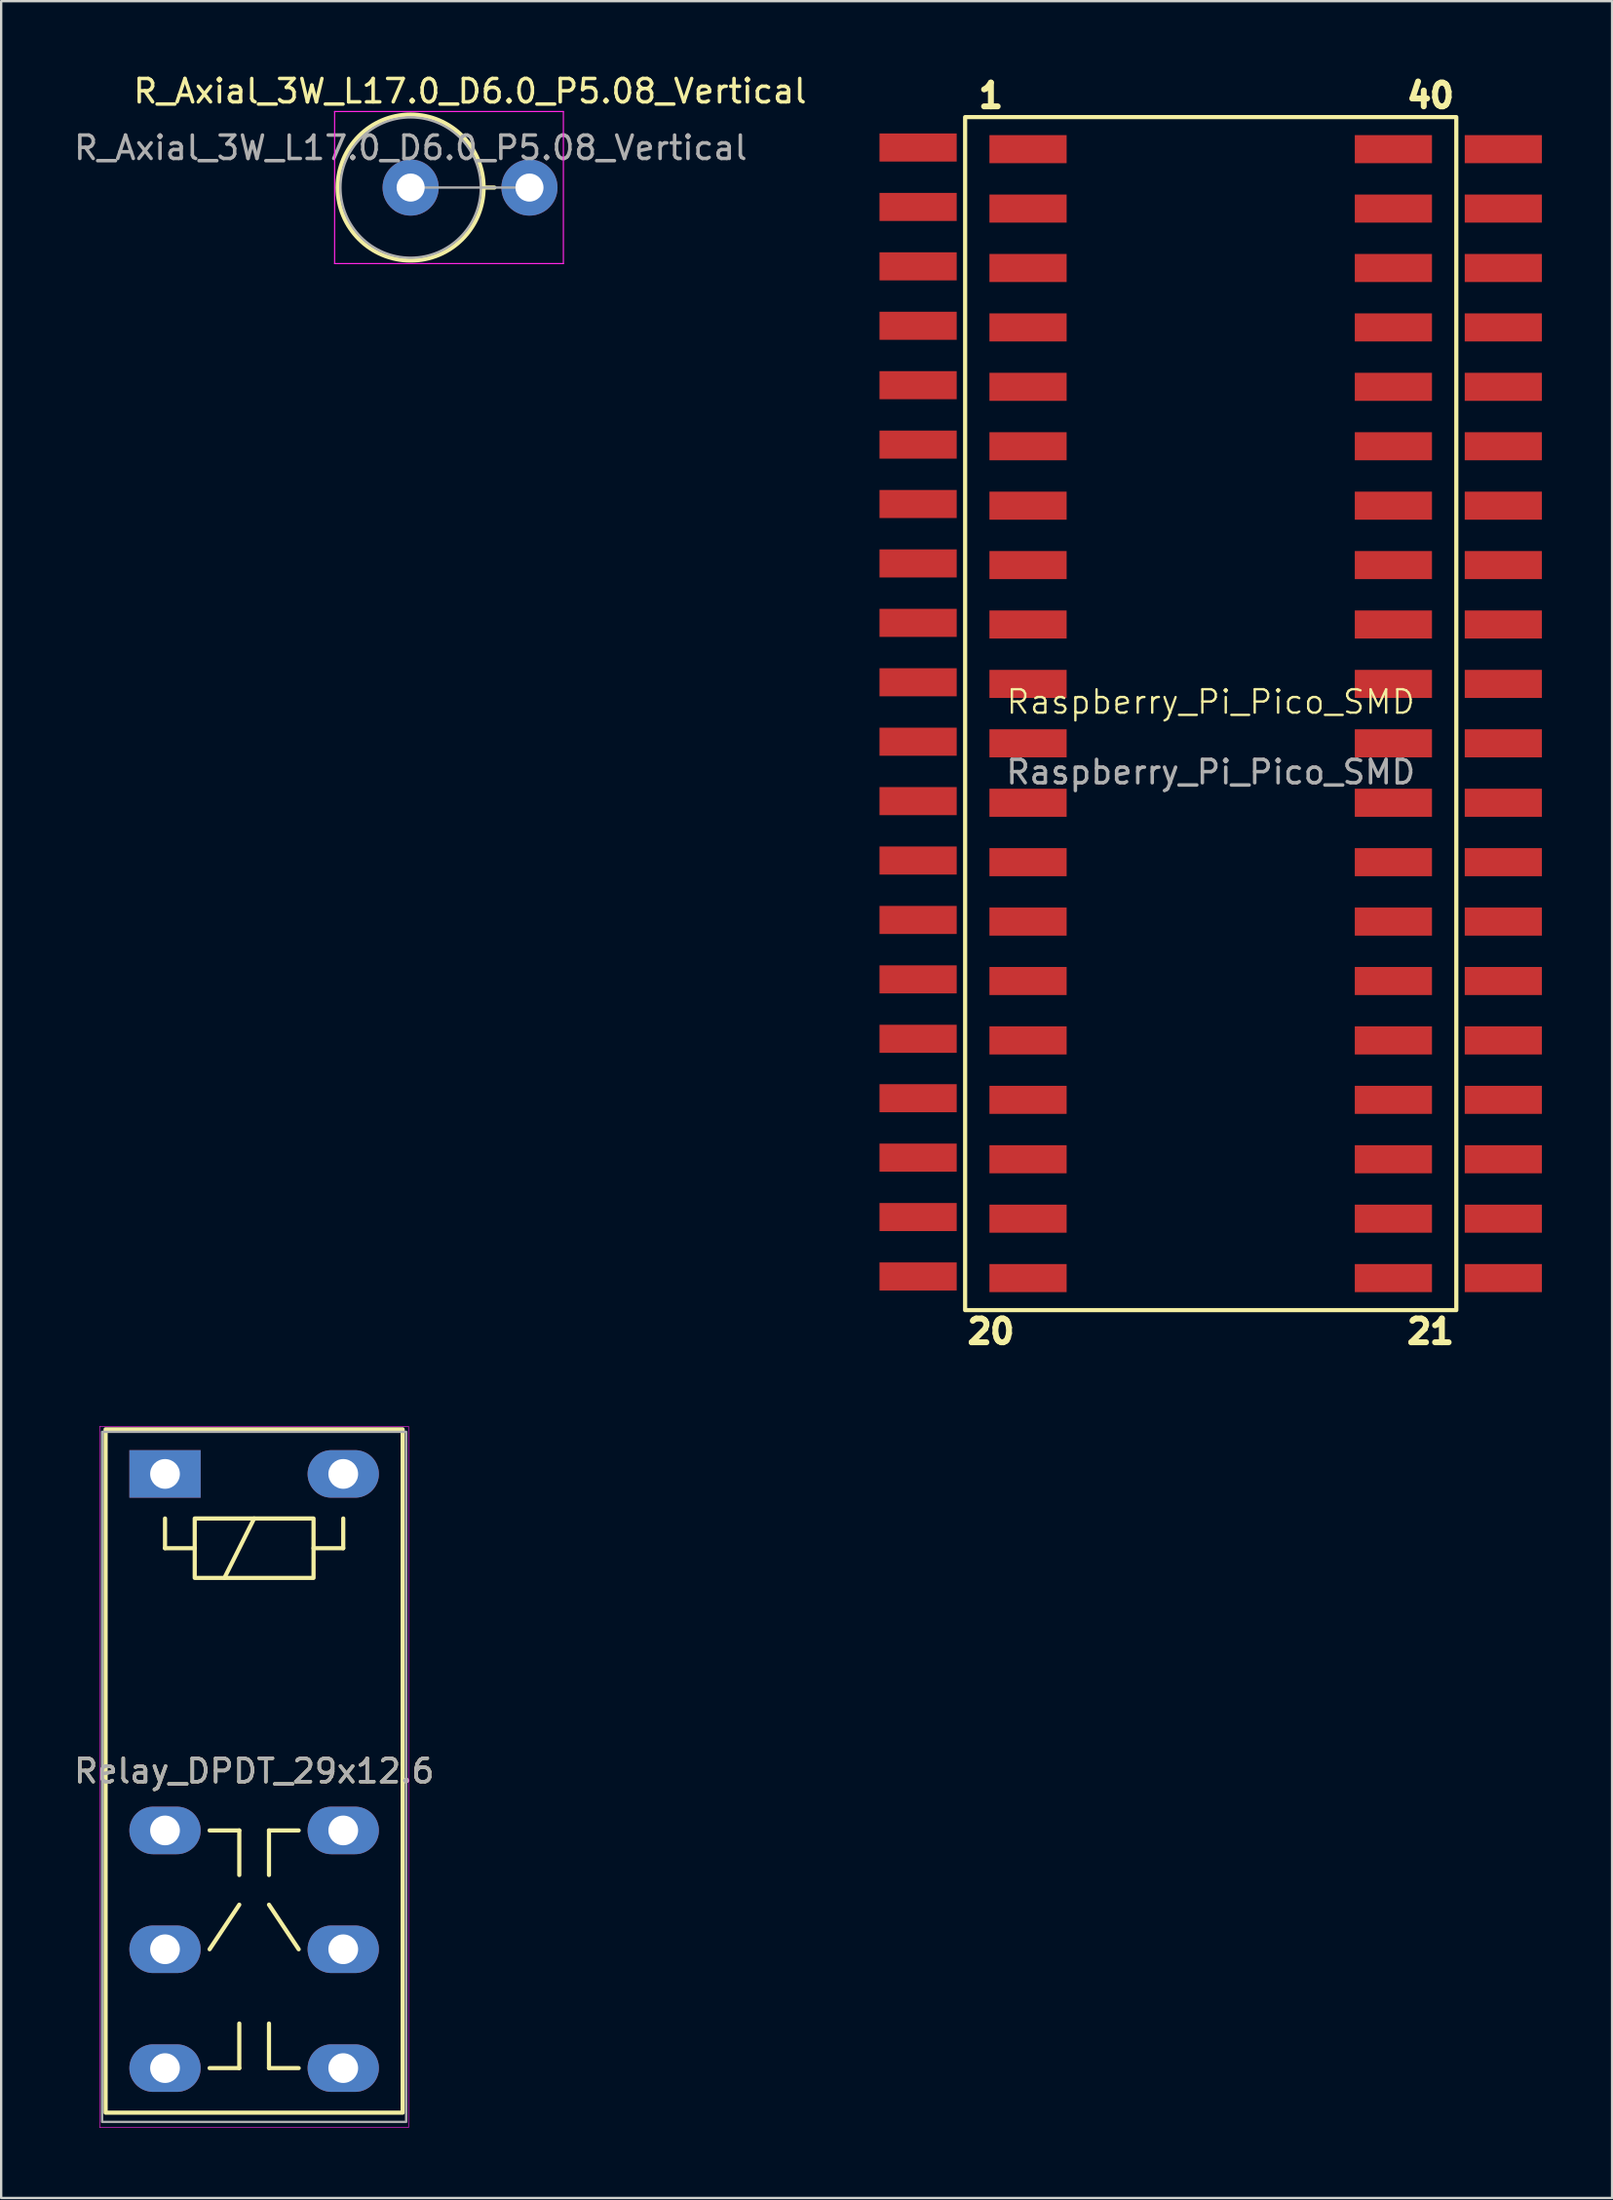
<source format=kicad_pcb>
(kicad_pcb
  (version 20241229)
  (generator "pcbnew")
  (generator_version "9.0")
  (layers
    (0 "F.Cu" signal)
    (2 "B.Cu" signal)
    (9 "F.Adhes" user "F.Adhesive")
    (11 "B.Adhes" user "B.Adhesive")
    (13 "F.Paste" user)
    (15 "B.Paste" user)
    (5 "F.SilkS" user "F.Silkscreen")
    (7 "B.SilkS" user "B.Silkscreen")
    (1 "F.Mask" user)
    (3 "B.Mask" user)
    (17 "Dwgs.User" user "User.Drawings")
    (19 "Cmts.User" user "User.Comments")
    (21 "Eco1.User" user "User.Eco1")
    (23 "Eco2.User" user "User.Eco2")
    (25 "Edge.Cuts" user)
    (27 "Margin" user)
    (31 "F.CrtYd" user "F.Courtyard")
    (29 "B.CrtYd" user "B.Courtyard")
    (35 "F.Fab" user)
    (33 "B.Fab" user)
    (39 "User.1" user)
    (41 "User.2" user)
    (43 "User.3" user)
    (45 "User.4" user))
  (footprint "Raspberry_Pi_Pico_SMD"
    (layer "F.Cu")
    (at 48.712 27.456)
    (property "Reference" "Raspberry_Pi_Pico_SMD" (at 0 -0.5 0) (unlocked yes) (layer "F.SilkS") (effects (font (size 1 1) (thickness 0.1))))
    (attr smd)
    (fp_rect (start -10.5 -25.5) (end 10.5 25.5) (stroke (width 0.178) (type default)) (fill no) (layer "F.SilkS"))
    (fp_text user "1" (at -9.398 -26.416 0) (unlocked yes) (layer "F.SilkS") (effects (font (size 1.016 1.016) (thickness 0.254) (bold yes))))
    (fp_text user "40" (at 9.398 -26.416 0) (unlocked yes) (layer "F.SilkS") (effects (font (size 1.016 1.016) (thickness 0.254) (bold yes))))
    (fp_text user "21" (at 9.398 26.416 0) (unlocked yes) (layer "F.SilkS") (effects (font (size 1.016 1.016) (thickness 0.254) (bold yes))))
    (fp_text user "20" (at -9.398 26.416 0) (unlocked yes) (layer "F.SilkS") (effects (font (size 1.016 1.016) (thickness 0.254) (bold yes))))
    (fp_text user "${REFERENCE}" (at 0 2.5 0) (unlocked yes) (layer "F.Fab") (effects (font (size 1 1) (thickness 0.15))))
    (pad "1" smd rect (at -12.51 -24.2) (size 3.3 1.2) (layers "F.Cu" "F.Mask" "F.Paste"))
    (pad "1" smd rect (at -7.81 -24.13) (size 3.3 1.2) (layers "F.Cu" "F.Mask" "F.Paste"))
    (pad "2" smd rect (at -12.51 -21.66) (size 3.3 1.2) (layers "F.Cu" "F.Mask" "F.Paste"))
    (pad "2" smd rect (at -7.81 -21.59) (size 3.3 1.2) (layers "F.Cu" "F.Mask" "F.Paste"))
    (pad "3" smd rect (at -12.51 -19.12) (size 3.3 1.2) (layers "F.Cu" "F.Mask" "F.Paste"))
    (pad "3" smd rect (at -7.81 -19.05) (size 3.3 1.2) (layers "F.Cu" "F.Mask" "F.Paste"))
    (pad "4" smd rect (at -12.51 -16.58) (size 3.3 1.2) (layers "F.Cu" "F.Mask" "F.Paste"))
    (pad "4" smd rect (at -7.81 -16.51) (size 3.3 1.2) (layers "F.Cu" "F.Mask" "F.Paste"))
    (pad "5" smd rect (at -12.51 -14.04) (size 3.3 1.2) (layers "F.Cu" "F.Mask" "F.Paste"))
    (pad "5" smd rect (at -7.81 -13.97) (size 3.3 1.2) (layers "F.Cu" "F.Mask" "F.Paste"))
    (pad "6" smd rect (at -12.51 -11.5) (size 3.3 1.2) (layers "F.Cu" "F.Mask" "F.Paste"))
    (pad "6" smd rect (at -7.81 -11.43) (size 3.3 1.2) (layers "F.Cu" "F.Mask" "F.Paste"))
    (pad "7" smd rect (at -12.51 -8.96) (size 3.3 1.2) (layers "F.Cu" "F.Mask" "F.Paste"))
    (pad "7" smd rect (at -7.81 -8.89) (size 3.3 1.2) (layers "F.Cu" "F.Mask" "F.Paste"))
    (pad "8" smd rect (at -12.51 -6.42) (size 3.3 1.2) (layers "F.Cu" "F.Mask" "F.Paste"))
    (pad "8" smd rect (at -7.81 -6.35) (size 3.3 1.2) (layers "F.Cu" "F.Mask" "F.Paste"))
    (pad "9" smd rect (at -12.51 -3.88) (size 3.3 1.2) (layers "F.Cu" "F.Mask" "F.Paste"))
    (pad "9" smd rect (at -7.81 -3.81) (size 3.3 1.2) (layers "F.Cu" "F.Mask" "F.Paste"))
    (pad "10" smd rect (at -12.51 -1.34) (size 3.3 1.2) (layers "F.Cu" "F.Mask" "F.Paste"))
    (pad "10" smd rect (at -7.81 -1.27) (size 3.3 1.2) (layers "F.Cu" "F.Mask" "F.Paste"))
    (pad "11" smd rect (at -12.51 1.2) (size 3.3 1.2) (layers "F.Cu" "F.Mask" "F.Paste"))
    (pad "11" smd rect (at -7.81 1.27) (size 3.3 1.2) (layers "F.Cu" "F.Mask" "F.Paste"))
    (pad "12" smd rect (at -12.51 3.74) (size 3.3 1.2) (layers "F.Cu" "F.Mask" "F.Paste"))
    (pad "12" smd rect (at -7.81 3.81) (size 3.3 1.2) (layers "F.Cu" "F.Mask" "F.Paste"))
    (pad "13" smd rect (at -12.51 6.28) (size 3.3 1.2) (layers "F.Cu" "F.Mask" "F.Paste"))
    (pad "13" smd rect (at -7.81 6.35) (size 3.3 1.2) (layers "F.Cu" "F.Mask" "F.Paste"))
    (pad "14" smd rect (at -12.51 8.82) (size 3.3 1.2) (layers "F.Cu" "F.Mask" "F.Paste"))
    (pad "14" smd rect (at -7.81 8.89) (size 3.3 1.2) (layers "F.Cu" "F.Mask" "F.Paste"))
    (pad "15" smd rect (at -12.51 11.36) (size 3.3 1.2) (layers "F.Cu" "F.Mask" "F.Paste"))
    (pad "15" smd rect (at -7.81 11.43) (size 3.3 1.2) (layers "F.Cu" "F.Mask" "F.Paste"))
    (pad "16" smd rect (at -12.51 13.9) (size 3.3 1.2) (layers "F.Cu" "F.Mask" "F.Paste"))
    (pad "16" smd rect (at -7.81 13.97) (size 3.3 1.2) (layers "F.Cu" "F.Mask" "F.Paste"))
    (pad "17" smd rect (at -12.51 16.44) (size 3.3 1.2) (layers "F.Cu" "F.Mask" "F.Paste"))
    (pad "17" smd rect (at -7.81 16.51) (size 3.3 1.2) (layers "F.Cu" "F.Mask" "F.Paste"))
    (pad "18" smd rect (at -12.51 18.98) (size 3.3 1.2) (layers "F.Cu" "F.Mask" "F.Paste"))
    (pad "18" smd rect (at -7.81 19.05) (size 3.3 1.2) (layers "F.Cu" "F.Mask" "F.Paste"))
    (pad "19" smd rect (at -12.51 21.52) (size 3.3 1.2) (layers "F.Cu" "F.Mask" "F.Paste"))
    (pad "19" smd rect (at -7.81 21.59) (size 3.3 1.2) (layers "F.Cu" "F.Mask" "F.Paste"))
    (pad "20" smd rect (at -12.51 24.06) (size 3.3 1.2) (layers "F.Cu" "F.Mask" "F.Paste"))
    (pad "20" smd rect (at -7.81 24.13) (size 3.3 1.2) (layers "F.Cu" "F.Mask" "F.Paste"))
    (pad "21" smd rect (at 7.81 24.13) (size 3.3 1.2) (layers "F.Cu" "F.Mask" "F.Paste"))
    (pad "21" smd rect (at 12.51 24.13) (size 3.3 1.2) (layers "F.Cu" "F.Mask" "F.Paste"))
    (pad "22" smd rect (at 7.81 21.59) (size 3.3 1.2) (layers "F.Cu" "F.Mask" "F.Paste"))
    (pad "22" smd rect (at 12.51 21.59) (size 3.3 1.2) (layers "F.Cu" "F.Mask" "F.Paste"))
    (pad "23" smd rect (at 7.81 19.05) (size 3.3 1.2) (layers "F.Cu" "F.Mask" "F.Paste"))
    (pad "23" smd rect (at 12.51 19.05) (size 3.3 1.2) (layers "F.Cu" "F.Mask" "F.Paste"))
    (pad "24" smd rect (at 7.81 16.51) (size 3.3 1.2) (layers "F.Cu" "F.Mask" "F.Paste"))
    (pad "24" smd rect (at 12.51 16.51) (size 3.3 1.2) (layers "F.Cu" "F.Mask" "F.Paste"))
    (pad "25" smd rect (at 7.81 13.97) (size 3.3 1.2) (layers "F.Cu" "F.Mask" "F.Paste"))
    (pad "25" smd rect (at 12.51 13.97) (size 3.3 1.2) (layers "F.Cu" "F.Mask" "F.Paste"))
    (pad "26" smd rect (at 7.81 11.43) (size 3.3 1.2) (layers "F.Cu" "F.Mask" "F.Paste"))
    (pad "26" smd rect (at 12.51 11.43) (size 3.3 1.2) (layers "F.Cu" "F.Mask" "F.Paste"))
    (pad "27" smd rect (at 7.81 8.89) (size 3.3 1.2) (layers "F.Cu" "F.Mask" "F.Paste"))
    (pad "27" smd rect (at 12.51 8.89) (size 3.3 1.2) (layers "F.Cu" "F.Mask" "F.Paste"))
    (pad "28" smd rect (at 7.81 6.35) (size 3.3 1.2) (layers "F.Cu" "F.Mask" "F.Paste"))
    (pad "28" smd rect (at 12.51 6.35) (size 3.3 1.2) (layers "F.Cu" "F.Mask" "F.Paste"))
    (pad "29" smd rect (at 7.81 3.81) (size 3.3 1.2) (layers "F.Cu" "F.Mask" "F.Paste"))
    (pad "29" smd rect (at 12.51 3.81) (size 3.3 1.2) (layers "F.Cu" "F.Mask" "F.Paste"))
    (pad "30" smd rect (at 7.81 1.27) (size 3.3 1.2) (layers "F.Cu" "F.Mask" "F.Paste"))
    (pad "30" smd rect (at 12.51 1.27) (size 3.3 1.2) (layers "F.Cu" "F.Mask" "F.Paste"))
    (pad "31" smd rect (at 7.81 -1.27) (size 3.3 1.2) (layers "F.Cu" "F.Mask" "F.Paste"))
    (pad "31" smd rect (at 12.51 -1.27) (size 3.3 1.2) (layers "F.Cu" "F.Mask" "F.Paste"))
    (pad "32" smd rect (at 7.81 -3.81) (size 3.3 1.2) (layers "F.Cu" "F.Mask" "F.Paste"))
    (pad "32" smd rect (at 12.51 -3.81) (size 3.3 1.2) (layers "F.Cu" "F.Mask" "F.Paste"))
    (pad "33" smd rect (at 7.81 -6.35) (size 3.3 1.2) (layers "F.Cu" "F.Mask" "F.Paste"))
    (pad "33" smd rect (at 12.51 -6.35) (size 3.3 1.2) (layers "F.Cu" "F.Mask" "F.Paste"))
    (pad "34" smd rect (at 7.81 -8.89) (size 3.3 1.2) (layers "F.Cu" "F.Mask" "F.Paste"))
    (pad "34" smd rect (at 12.51 -8.89) (size 3.3 1.2) (layers "F.Cu" "F.Mask" "F.Paste"))
    (pad "35" smd rect (at 7.81 -11.43) (size 3.3 1.2) (layers "F.Cu" "F.Mask" "F.Paste"))
    (pad "35" smd rect (at 12.51 -11.43) (size 3.3 1.2) (layers "F.Cu" "F.Mask" "F.Paste"))
    (pad "36" smd rect (at 7.81 -13.97) (size 3.3 1.2) (layers "F.Cu" "F.Mask" "F.Paste"))
    (pad "36" smd rect (at 12.51 -13.97) (size 3.3 1.2) (layers "F.Cu" "F.Mask" "F.Paste"))
    (pad "37" smd rect (at 7.81 -16.51) (size 3.3 1.2) (layers "F.Cu" "F.Mask" "F.Paste"))
    (pad "37" smd rect (at 12.51 -16.51) (size 3.3 1.2) (layers "F.Cu" "F.Mask" "F.Paste"))
    (pad "38" smd rect (at 7.81 -19.05) (size 3.3 1.2) (layers "F.Cu" "F.Mask" "F.Paste"))
    (pad "38" smd rect (at 12.51 -19.05) (size 3.3 1.2) (layers "F.Cu" "F.Mask" "F.Paste"))
    (pad "39" smd rect (at 7.81 -21.59) (size 3.3 1.2) (layers "F.Cu" "F.Mask" "F.Paste"))
    (pad "39" smd rect (at 12.51 -21.59) (size 3.3 1.2) (layers "F.Cu" "F.Mask" "F.Paste"))
    (pad "40" smd rect (at 7.81 -24.13) (size 3.3 1.2) (layers "F.Cu" "F.Mask" "F.Paste"))
    (pad "40" smd rect (at 12.51 -24.13) (size 3.3 1.2) (layers "F.Cu" "F.Mask" "F.Paste")))
  (footprint "Relay_DPDT_29x12.6"
    (layer "F.Cu")
    (at 7.815 72.657)
    (property "Reference" "Relay_DPDT_29x12.6" (at 0 0 0) (layer "F.SilkS") (effects (font (size 1 1) (thickness 0.15))))
    (attr through_hole)
    (fp_line (start -3.81 -10.795) (end -3.81 -9.525) (stroke (width 0.178) (type solid)) (layer "F.SilkS"))
    (fp_line (start -3.81 -9.525) (end -2.54 -9.525) (stroke (width 0.178) (type solid)) (layer "F.SilkS"))
    (fp_line (start -1.905 2.54) (end -0.635 2.54) (stroke (width 0.178) (type solid)) (layer "F.SilkS"))
    (fp_line (start -1.905 7.62) (end -0.635 5.715) (stroke (width 0.178) (type solid)) (layer "F.SilkS"))
    (fp_line (start -1.905 12.7) (end -0.635 12.7) (stroke (width 0.178) (type solid)) (layer "F.SilkS"))
    (fp_line (start -1.27 -8.255) (end 0 -10.795) (stroke (width 0.178) (type solid)) (layer "F.SilkS"))
    (fp_line (start -0.635 2.54) (end -0.635 4.445) (stroke (width 0.178) (type solid)) (layer "F.SilkS"))
    (fp_line (start -0.635 10.795) (end -0.635 12.7) (stroke (width 0.178) (type solid)) (layer "F.SilkS"))
    (fp_line (start 0.635 2.54) (end 0.635 4.445) (stroke (width 0.178) (type solid)) (layer "F.SilkS"))
    (fp_line (start 0.635 2.54) (end 1.905 2.54) (stroke (width 0.178) (type solid)) (layer "F.SilkS"))
    (fp_line (start 0.635 10.795) (end 0.635 12.7) (stroke (width 0.178) (type solid)) (layer "F.SilkS"))
    (fp_line (start 0.635 12.7) (end 1.905 12.7) (stroke (width 0.178) (type solid)) (layer "F.SilkS"))
    (fp_line (start 1.905 7.62) (end 0.635 5.715) (stroke (width 0.178) (type solid)) (layer "F.SilkS"))
    (fp_line (start 3.81 -10.795) (end 3.81 -9.525) (stroke (width 0.178) (type solid)) (layer "F.SilkS"))
    (fp_line (start 3.81 -9.525) (end 2.54 -9.525) (stroke (width 0.178) (type solid)) (layer "F.SilkS"))
    (fp_rect (start -6.35 -14.605) (end 6.35 14.605) (stroke (width 0.178) (type solid)) (fill no) (layer "F.SilkS"))
    (fp_rect (start -2.54 -10.795) (end 2.54 -8.255) (stroke (width 0.178) (type solid)) (fill no) (layer "F.SilkS"))
    (fp_rect (start -6.604 -14.732) (end 6.604 15.24) (stroke (width 0.025) (type solid)) (fill no) (layer "F.CrtYd"))
    (fp_rect (start -6.5 -14.5) (end 6.5 15) (stroke (width 0.1) (type solid)) (fill no) (layer "F.Fab"))
    (fp_text user "${REFERENCE}" (at 0 0 180) (layer "F.Fab") (effects (font (size 1 1) (thickness 0.15))))
    (pad "CO1" thru_hole oval (at -3.81 7.62 90) (size 2.032 3.048) (drill 1.27) (layers "*.Cu" "*.Mask"))
    (pad "CO2" thru_hole oval (at 3.81 7.62 90) (size 2.032 3.048) (drill 1.27) (layers "*.Cu" "*.Mask"))
    (pad "N" thru_hole oval (at 3.81 -12.7) (size 3.048 2.032) (drill 1.27) (layers "*.Cu" "*.Mask"))
    (pad "NC1" thru_hole oval (at -3.81 2.54 90) (size 2.032 3.048) (drill 1.27) (layers "*.Cu" "*.Mask"))
    (pad "NC2" thru_hole oval (at 3.81 2.54 90) (size 2.032 3.048) (drill 1.27) (layers "*.Cu" "*.Mask"))
    (pad "NO1" thru_hole oval (at -3.81 12.7 90) (size 2.032 3.048) (drill 1.27) (layers "*.Cu" "*.Mask"))
    (pad "NO2" thru_hole oval (at 3.81 12.7 90) (size 2.032 3.048) (drill 1.27) (layers "*.Cu" "*.Mask"))
    (pad "P" thru_hole rect (at -3.81 -12.7) (size 3.048 2.032) (drill 1.27) (layers "*.Cu" "*.Mask")))
  (footprint "R_Axial_3W_L17.0_D6.0_P5.08_Vertical"
    (layer "F.Cu")
    (at 14.506 4.968)
    (property "Reference" "R_Axial_3W_L17.0_D6.0_P5.08_Vertical" (at 2.54 -4.12 0) (layer "F.SilkS") (effects (font (size 1 1) (thickness 0.15))))
    (attr through_hole)
    (fp_line (start 3.12 0) (end 3.58 0) (stroke (width 0.178) (type solid)) (layer "F.SilkS"))
    (fp_circle (center 0 0) (end 3.12 0) (stroke (width 0.178) (type solid)) (fill no) (layer "F.SilkS"))
    (fp_line (start -3.25 -3.25) (end -3.25 3.25) (stroke (width 0.05) (type solid)) (layer "F.CrtYd"))
    (fp_line (start -3.25 3.25) (end 6.53 3.25) (stroke (width 0.05) (type solid)) (layer "F.CrtYd"))
    (fp_line (start 6.53 -3.25) (end -3.25 -3.25) (stroke (width 0.05) (type solid)) (layer "F.CrtYd"))
    (fp_line (start 6.53 3.25) (end 6.53 -3.25) (stroke (width 0.05) (type solid)) (layer "F.CrtYd"))
    (fp_line (start 0 0) (end 5.08 0) (stroke (width 0.1) (type solid)) (layer "F.Fab"))
    (fp_circle (center 0 0) (end 3 0) (stroke (width 0.1) (type solid)) (fill no) (layer "F.Fab"))
    (fp_text user "${REFERENCE}" (at 0 -1.7 0) (layer "F.Fab") (effects (font (size 1 1) (thickness 0.15))))
    (pad "1" thru_hole circle (at 0 0) (size 2.4 2.4) (drill 1.2) (layers "*.Cu" "*.Mask"))
    (pad "2" thru_hole oval (at 5.08 0) (size 2.4 2.4) (drill 1.2) (layers "*.Cu" "*.Mask")))
  (gr_rect
    (start -3 -3)
    (end 65.872 90.91)
    (stroke (width 0.1) (type default))
    (fill no)
    (layer "Edge.Cuts")))
</source>
